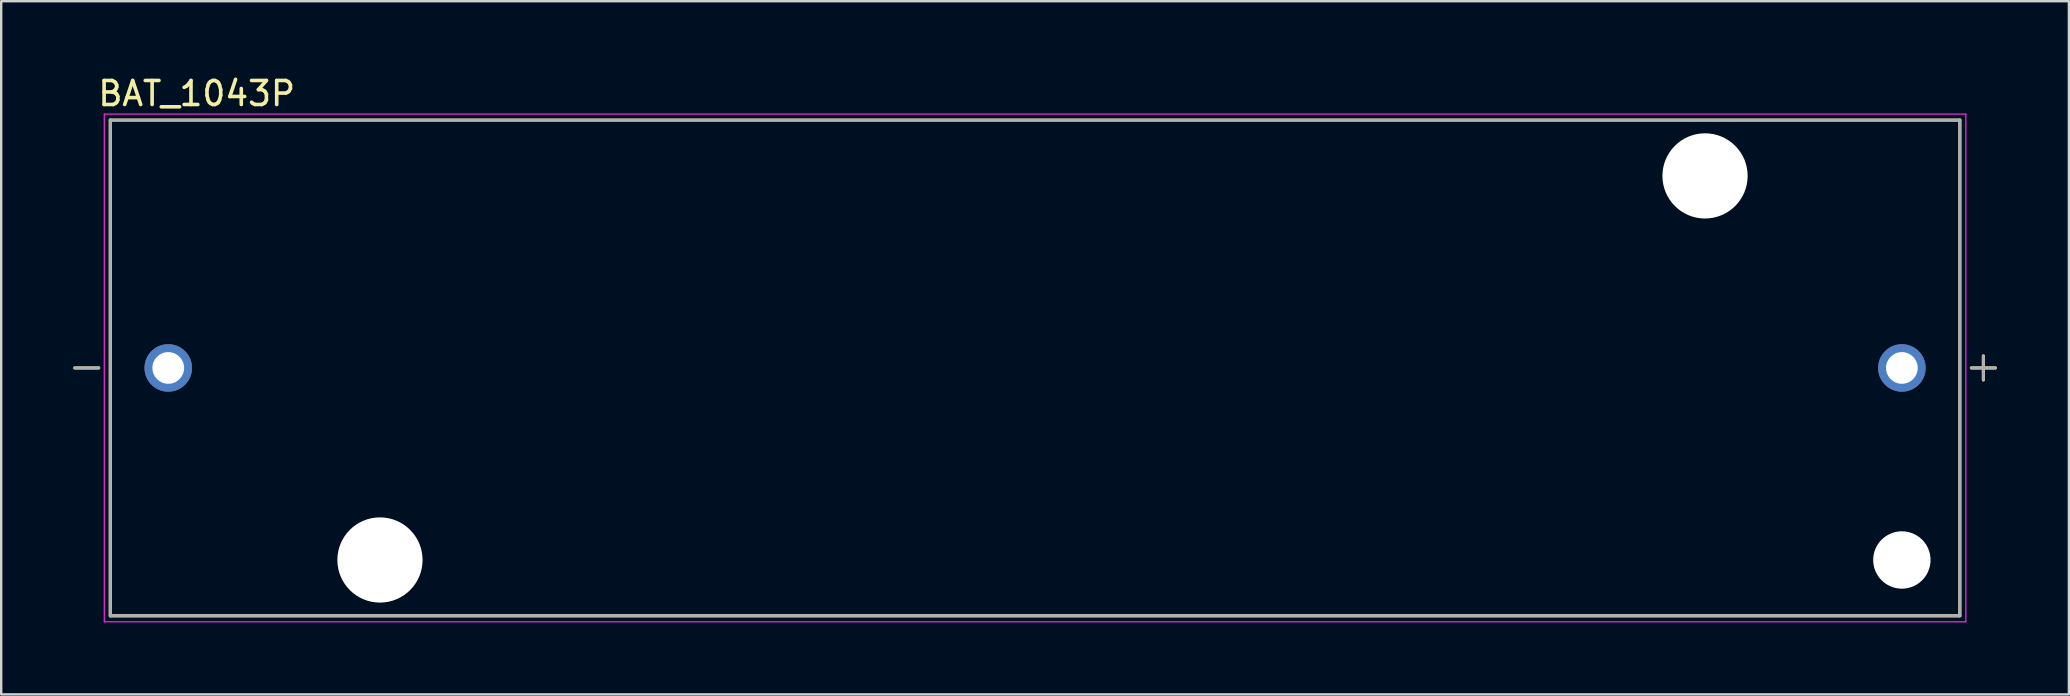
<source format=kicad_pcb>
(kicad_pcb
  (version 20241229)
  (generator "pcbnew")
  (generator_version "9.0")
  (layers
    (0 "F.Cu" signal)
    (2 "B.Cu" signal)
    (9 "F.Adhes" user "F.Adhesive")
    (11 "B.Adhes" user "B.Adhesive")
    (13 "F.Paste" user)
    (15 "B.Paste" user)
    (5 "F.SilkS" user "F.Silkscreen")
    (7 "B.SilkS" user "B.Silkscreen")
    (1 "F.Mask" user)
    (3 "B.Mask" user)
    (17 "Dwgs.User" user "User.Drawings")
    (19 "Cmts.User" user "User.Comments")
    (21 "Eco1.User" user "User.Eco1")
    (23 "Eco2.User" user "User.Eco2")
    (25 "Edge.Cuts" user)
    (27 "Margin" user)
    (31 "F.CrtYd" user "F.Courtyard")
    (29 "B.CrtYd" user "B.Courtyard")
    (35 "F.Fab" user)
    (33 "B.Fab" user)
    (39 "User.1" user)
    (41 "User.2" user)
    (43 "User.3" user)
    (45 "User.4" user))
  (footprint "BAT_1043P"
    (layer "F.Cu")
    (at 40.069 12.278)
    (property "Reference" "BAT_1043P" (at -34.925 -11.43 0) (layer "F.SilkS") (effects (font (size 1 1) (thickness 0.15))))
    (attr through_hole)
    (fp_line (start -39.005 0) (end -40.005 0) (stroke (width 0.127) (type solid)) (layer "F.SilkS"))
    (fp_line (start -38.525 -10.325) (end 38.525 -10.325) (stroke (width 0.127) (type solid)) (layer "F.SilkS"))
    (fp_line (start -38.525 10.325) (end -38.525 -10.325) (stroke (width 0.127) (type solid)) (layer "F.SilkS"))
    (fp_line (start 38.525 -10.325) (end 38.525 10.325) (stroke (width 0.127) (type solid)) (layer "F.SilkS"))
    (fp_line (start 38.525 10.325) (end -38.525 10.325) (stroke (width 0.127) (type solid)) (layer "F.SilkS"))
    (fp_line (start 39.505 0.5) (end 39.505 -0.5) (stroke (width 0.127) (type solid)) (layer "F.SilkS"))
    (fp_line (start 40.005 0) (end 39.005 0) (stroke (width 0.127) (type solid)) (layer "F.SilkS"))
    (fp_line (start -38.775 -10.575) (end 38.775 -10.575) (stroke (width 0.05) (type solid)) (layer "F.CrtYd"))
    (fp_line (start -38.775 10.575) (end -38.775 -10.575) (stroke (width 0.05) (type solid)) (layer "F.CrtYd"))
    (fp_line (start 38.775 -10.575) (end 38.775 10.575) (stroke (width 0.05) (type solid)) (layer "F.CrtYd"))
    (fp_line (start 38.775 10.575) (end -38.775 10.575) (stroke (width 0.05) (type solid)) (layer "F.CrtYd"))
    (fp_line (start -39.005 0) (end -40.005 0) (stroke (width 0.127) (type solid)) (layer "F.Fab"))
    (fp_line (start -38.525 -10.325) (end 38.525 -10.325) (stroke (width 0.127) (type solid)) (layer "F.Fab"))
    (fp_line (start -38.525 10.325) (end -38.525 -10.325) (stroke (width 0.127) (type solid)) (layer "F.Fab"))
    (fp_line (start 38.525 -10.325) (end 38.525 10.325) (stroke (width 0.127) (type solid)) (layer "F.Fab"))
    (fp_line (start 38.525 10.325) (end -38.525 10.325) (stroke (width 0.127) (type solid)) (layer "F.Fab"))
    (fp_line (start 39.005 0) (end 40.005 0) (stroke (width 0.127) (type solid)) (layer "F.Fab"))
    (fp_line (start 39.505 0.5) (end 39.505 -0.5) (stroke (width 0.127) (type solid)) (layer "F.Fab"))
    (pad "" np_thru_hole circle (at -27.29 8) (size 3.55 3.55) (drill 3.55) (layers "*.Cu" "*.Mask"))
    (pad "" np_thru_hole circle (at 27.91 -8) (size 3.55 3.55) (drill 3.55) (layers "*.Cu" "*.Mask"))
    (pad "" np_thru_hole circle (at 36.11 8) (size 2.39 2.39) (drill 2.39) (layers "*.Cu" "*.Mask"))
    (pad "N" thru_hole circle (at -36.11 0) (size 1.98 1.98) (drill 1.32) (layers "*.Cu" "*.Mask"))
    (pad "P" thru_hole circle (at 36.11 0) (size 1.98 1.98) (drill 1.32) (layers "*.Cu" "*.Mask")))
  (gr_rect
    (start -3 -3)
    (end 83.137 25.878)
    (stroke (width 0.1) (type default))
    (fill no)
    (layer "Edge.Cuts")))
</source>
